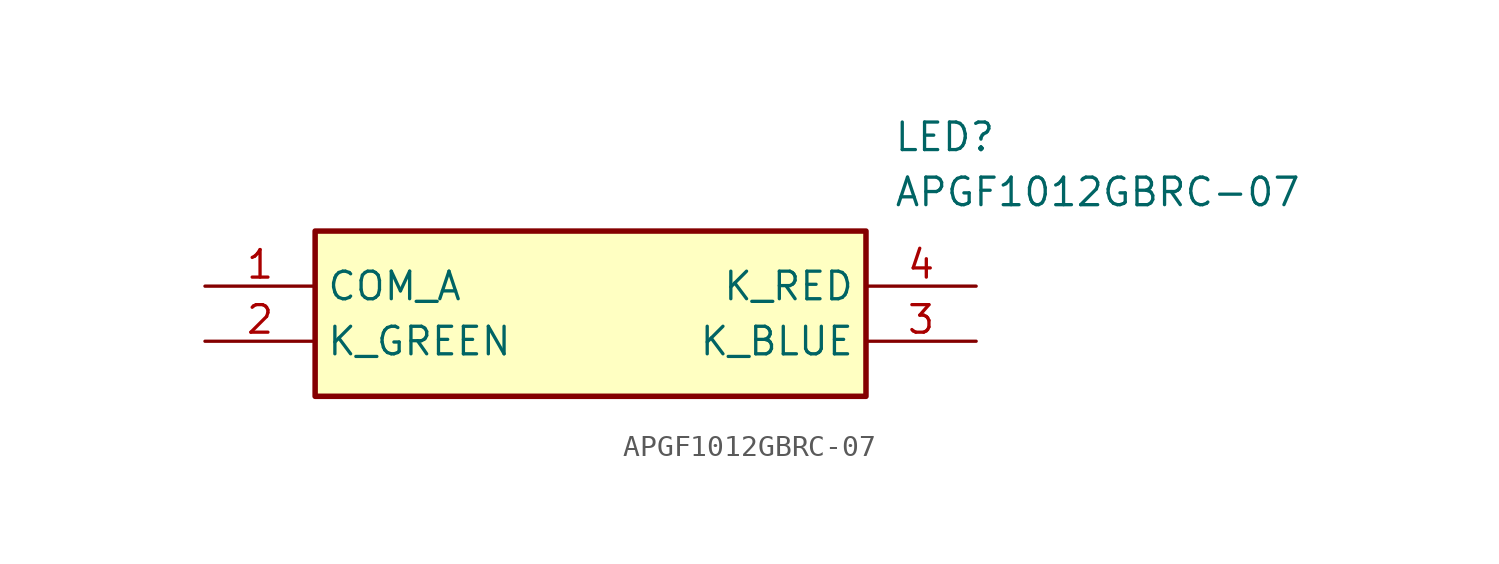
<source format=kicad_sym>
(kicad_symbol_lib
  (version 20211014)
  (generator SamacSys_ECAD_Model)
  (symbol "APGF1012GBRC-07"
    (property "Reference" "LED"
      (at 31.75 7.62 0)
      (effects (font (size 1.27 1.27)) (justify left top)))
    (property "Value" "APGF1012GBRC-07"
      (at 31.75 5.08 0)
      (effects (font (size 1.27 1.27)) (justify left top)))
    (rectangle
      (start 5.08 2.54)
      (end 30.48 -5.08)
      (stroke (width 0.254) (type default))
      (fill (type background)))
    (pin passive line
      (at 0 0 0)
      (length 5.08)
      (name "COM_A" (effects (font (size 1.27 1.27))))
      (number "1" (effects (font (size 1.27 1.27)))))
    (pin passive line
      (at 0 -2.54 0)
      (length 5.08)
      (name "K_GREEN" (effects (font (size 1.27 1.27))))
      (number "2" (effects (font (size 1.27 1.27)))))
    (pin passive line
      (at 35.56 -2.54 180)
      (length 5.08)
      (name "K_BLUE" (effects (font (size 1.27 1.27))))
      (number "3" (effects (font (size 1.27 1.27)))))
    (pin passive line
      (at 35.56 0 180)
      (length 5.08)
      (name "K_RED" (effects (font (size 1.27 1.27))))
      (number "4" (effects (font (size 1.27 1.27)))))))
</source>
